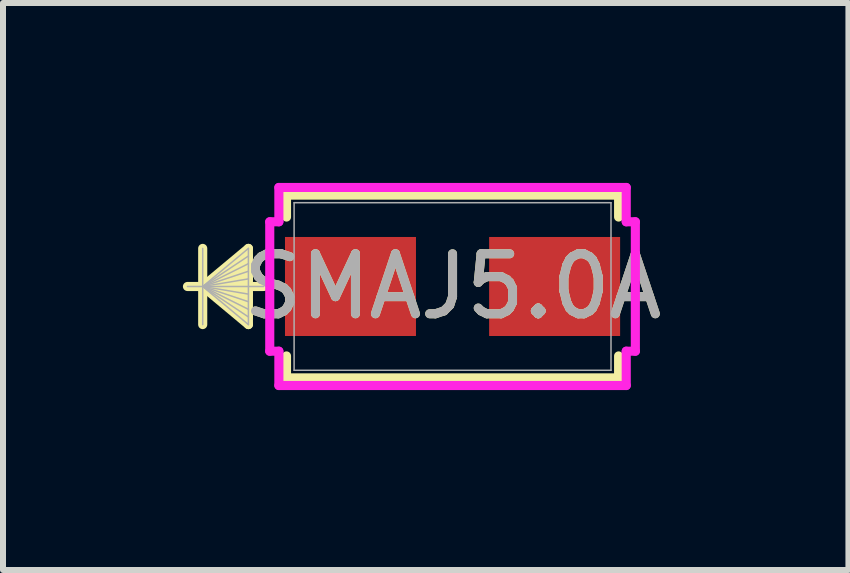
<source format=kicad_pcb>
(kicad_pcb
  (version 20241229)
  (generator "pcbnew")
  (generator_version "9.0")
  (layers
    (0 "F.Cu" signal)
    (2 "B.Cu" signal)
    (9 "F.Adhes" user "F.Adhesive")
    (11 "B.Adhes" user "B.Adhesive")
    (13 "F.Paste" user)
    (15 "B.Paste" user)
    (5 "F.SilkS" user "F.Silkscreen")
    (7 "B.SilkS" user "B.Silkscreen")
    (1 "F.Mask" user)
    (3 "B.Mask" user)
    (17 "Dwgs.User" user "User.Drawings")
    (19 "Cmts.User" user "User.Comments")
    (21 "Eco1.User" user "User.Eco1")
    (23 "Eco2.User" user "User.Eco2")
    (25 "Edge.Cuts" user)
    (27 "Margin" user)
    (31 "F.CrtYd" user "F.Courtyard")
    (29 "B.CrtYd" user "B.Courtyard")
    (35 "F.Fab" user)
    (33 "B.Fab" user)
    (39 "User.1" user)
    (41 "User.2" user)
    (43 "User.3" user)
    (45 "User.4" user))
  (footprint "SMAJ5.0A"
    (layer "F.Cu")
    (at 4.496 1.727)
    (property "Reference" "SMAJ5.0A" (at 0 0 0) (unlocked yes) (layer "F.SilkS") (effects (font (size 1 1) (thickness 0.15))))
    (attr smd)
    (fp_line (start -4.166 -0.635) (end -4.166 0.635) (stroke (width 0.152) (type solid)) (layer "F.SilkS"))
    (fp_line (start -4.166 0) (end -3.404 -0.635) (stroke (width 0.152) (type solid)) (layer "F.SilkS"))
    (fp_line (start -4.166 0) (end -3.404 -0.508) (stroke (width 0.152) (type solid)) (layer "F.SilkS"))
    (fp_line (start -4.166 0) (end -3.404 -0.381) (stroke (width 0.152) (type solid)) (layer "F.SilkS"))
    (fp_line (start -4.166 0) (end -3.404 -0.254) (stroke (width 0.152) (type solid)) (layer "F.SilkS"))
    (fp_line (start -4.166 0) (end -3.404 -0.127) (stroke (width 0.152) (type solid)) (layer "F.SilkS"))
    (fp_line (start -4.166 0) (end -3.404 0.127) (stroke (width 0.152) (type solid)) (layer "F.SilkS"))
    (fp_line (start -4.166 0) (end -3.404 0.254) (stroke (width 0.152) (type solid)) (layer "F.SilkS"))
    (fp_line (start -4.166 0) (end -3.404 0.381) (stroke (width 0.152) (type solid)) (layer "F.SilkS"))
    (fp_line (start -4.166 0) (end -3.404 0.508) (stroke (width 0.152) (type solid)) (layer "F.SilkS"))
    (fp_line (start -4.166 0) (end -3.404 0.635) (stroke (width 0.152) (type solid)) (layer "F.SilkS"))
    (fp_line (start -3.404 -0.635) (end -3.404 0.635) (stroke (width 0.152) (type solid)) (layer "F.SilkS"))
    (fp_line (start -3.15 0) (end -4.42 0) (stroke (width 0.152) (type solid)) (layer "F.SilkS"))
    (fp_line (start -2.769 -1.524) (end -2.769 -1.158) (stroke (width 0.152) (type solid)) (layer "F.SilkS"))
    (fp_line (start -2.769 1.158) (end -2.769 1.524) (stroke (width 0.152) (type solid)) (layer "F.SilkS"))
    (fp_line (start -2.769 1.524) (end 2.769 1.524) (stroke (width 0.152) (type solid)) (layer "F.SilkS"))
    (fp_line (start 2.769 -1.524) (end -2.769 -1.524) (stroke (width 0.152) (type solid)) (layer "F.SilkS"))
    (fp_line (start 2.769 -1.158) (end 2.769 -1.524) (stroke (width 0.152) (type solid)) (layer "F.SilkS"))
    (fp_line (start 2.769 1.524) (end 2.769 1.158) (stroke (width 0.152) (type solid)) (layer "F.SilkS"))
    (fp_line (start -3.048 -1.079) (end -2.896 -1.079) (stroke (width 0.152) (type solid)) (layer "F.CrtYd"))
    (fp_line (start -3.048 1.079) (end -3.048 -1.079) (stroke (width 0.152) (type solid)) (layer "F.CrtYd"))
    (fp_line (start -2.896 -1.651) (end 2.896 -1.651) (stroke (width 0.152) (type solid)) (layer "F.CrtYd"))
    (fp_line (start -2.896 -1.079) (end -2.896 -1.651) (stroke (width 0.152) (type solid)) (layer "F.CrtYd"))
    (fp_line (start -2.896 1.079) (end -3.048 1.079) (stroke (width 0.152) (type solid)) (layer "F.CrtYd"))
    (fp_line (start -2.896 1.651) (end -2.896 1.079) (stroke (width 0.152) (type solid)) (layer "F.CrtYd"))
    (fp_line (start 2.896 -1.651) (end 2.896 -1.079) (stroke (width 0.152) (type solid)) (layer "F.CrtYd"))
    (fp_line (start 2.896 -1.079) (end 3.048 -1.079) (stroke (width 0.152) (type solid)) (layer "F.CrtYd"))
    (fp_line (start 2.896 1.079) (end 2.896 1.651) (stroke (width 0.152) (type solid)) (layer "F.CrtYd"))
    (fp_line (start 2.896 1.651) (end -2.896 1.651) (stroke (width 0.152) (type solid)) (layer "F.CrtYd"))
    (fp_line (start 3.048 -1.079) (end 3.048 1.079) (stroke (width 0.152) (type solid)) (layer "F.CrtYd"))
    (fp_line (start 3.048 1.079) (end 2.896 1.079) (stroke (width 0.152) (type solid)) (layer "F.CrtYd"))
    (fp_line (start -4.166 -0.635) (end -4.166 0.635) (stroke (width 0.025) (type solid)) (layer "F.Fab"))
    (fp_line (start -4.166 0) (end -3.404 -0.635) (stroke (width 0.025) (type solid)) (layer "F.Fab"))
    (fp_line (start -4.166 0) (end -3.404 -0.508) (stroke (width 0.025) (type solid)) (layer "F.Fab"))
    (fp_line (start -4.166 0) (end -3.404 -0.381) (stroke (width 0.025) (type solid)) (layer "F.Fab"))
    (fp_line (start -4.166 0) (end -3.404 -0.254) (stroke (width 0.025) (type solid)) (layer "F.Fab"))
    (fp_line (start -4.166 0) (end -3.404 -0.127) (stroke (width 0.025) (type solid)) (layer "F.Fab"))
    (fp_line (start -4.166 0) (end -3.404 0.127) (stroke (width 0.025) (type solid)) (layer "F.Fab"))
    (fp_line (start -4.166 0) (end -3.404 0.254) (stroke (width 0.025) (type solid)) (layer "F.Fab"))
    (fp_line (start -4.166 0) (end -3.404 0.381) (stroke (width 0.025) (type solid)) (layer "F.Fab"))
    (fp_line (start -4.166 0) (end -3.404 0.508) (stroke (width 0.025) (type solid)) (layer "F.Fab"))
    (fp_line (start -4.166 0) (end -3.404 0.635) (stroke (width 0.025) (type solid)) (layer "F.Fab"))
    (fp_line (start -3.404 -0.635) (end -3.404 0.635) (stroke (width 0.025) (type solid)) (layer "F.Fab"))
    (fp_line (start -3.15 0) (end -4.42 0) (stroke (width 0.025) (type solid)) (layer "F.Fab"))
    (fp_line (start -2.642 -1.397) (end -2.642 1.397) (stroke (width 0.025) (type solid)) (layer "F.Fab"))
    (fp_line (start -2.642 1.397) (end 2.642 1.397) (stroke (width 0.025) (type solid)) (layer "F.Fab"))
    (fp_line (start 2.642 -1.397) (end -2.642 -1.397) (stroke (width 0.025) (type solid)) (layer "F.Fab"))
    (fp_line (start 2.642 1.397) (end 2.642 -1.397) (stroke (width 0.025) (type solid)) (layer "F.Fab"))
    (fp_text user "${REFERENCE}" (at 0 0 0) (unlocked yes) (layer "F.Fab") (effects (font (size 1 1) (thickness 0.15))))
    (pad "1" smd rect (at -1.702 0 90) (size 1.651 2.184) (layers "F.Cu" "F.Mask" "F.Paste"))
    (pad "2" smd rect (at 1.702 0 90) (size 1.651 2.184) (layers "F.Cu" "F.Mask" "F.Paste"))
    (zone (net_name "") (layer "F.Cu") (hatch full 0.508) (connect_pads) (min_thickness 0.254) (filled_areas_thickness no) (keepout (tracks not_allowed) (vias not_allowed) (pads allowed) (copperpour not_allowed) (footprints allowed)) (placement (enabled no)) (fill) (polygon (pts (xy 1.905 0.381) (xy 7.087 0.381) (xy 7.087 0.851) (xy 1.905 0.851))))
    (zone (net_name "") (layer "F.Cu") (hatch full 0.508) (connect_pads) (min_thickness 0.254) (filled_areas_thickness no) (keepout (tracks not_allowed) (vias not_allowed) (pads allowed) (copperpour not_allowed) (footprints allowed)) (placement (enabled no)) (fill) (polygon (pts (xy 1.905 2.603) (xy 7.087 2.603) (xy 7.087 3.073) (xy 1.905 3.073))))
    (zone (net_name "") (layer "F.Cu") (hatch full 0.508) (connect_pads) (min_thickness 0.254) (filled_areas_thickness no) (keepout (tracks not_allowed) (vias not_allowed) (pads allowed) (copperpour not_allowed) (footprints allowed)) (placement (enabled no)) (fill) (polygon (pts (xy 3.937 0.851) (xy 5.055 0.851) (xy 5.055 2.603) (xy 3.937 2.603)))))
  (gr_rect
    (start -3 -3)
    (end 11.097 6.454)
    (stroke (width 0.1) (type default))
    (fill no)
    (layer "Edge.Cuts")))
</source>
